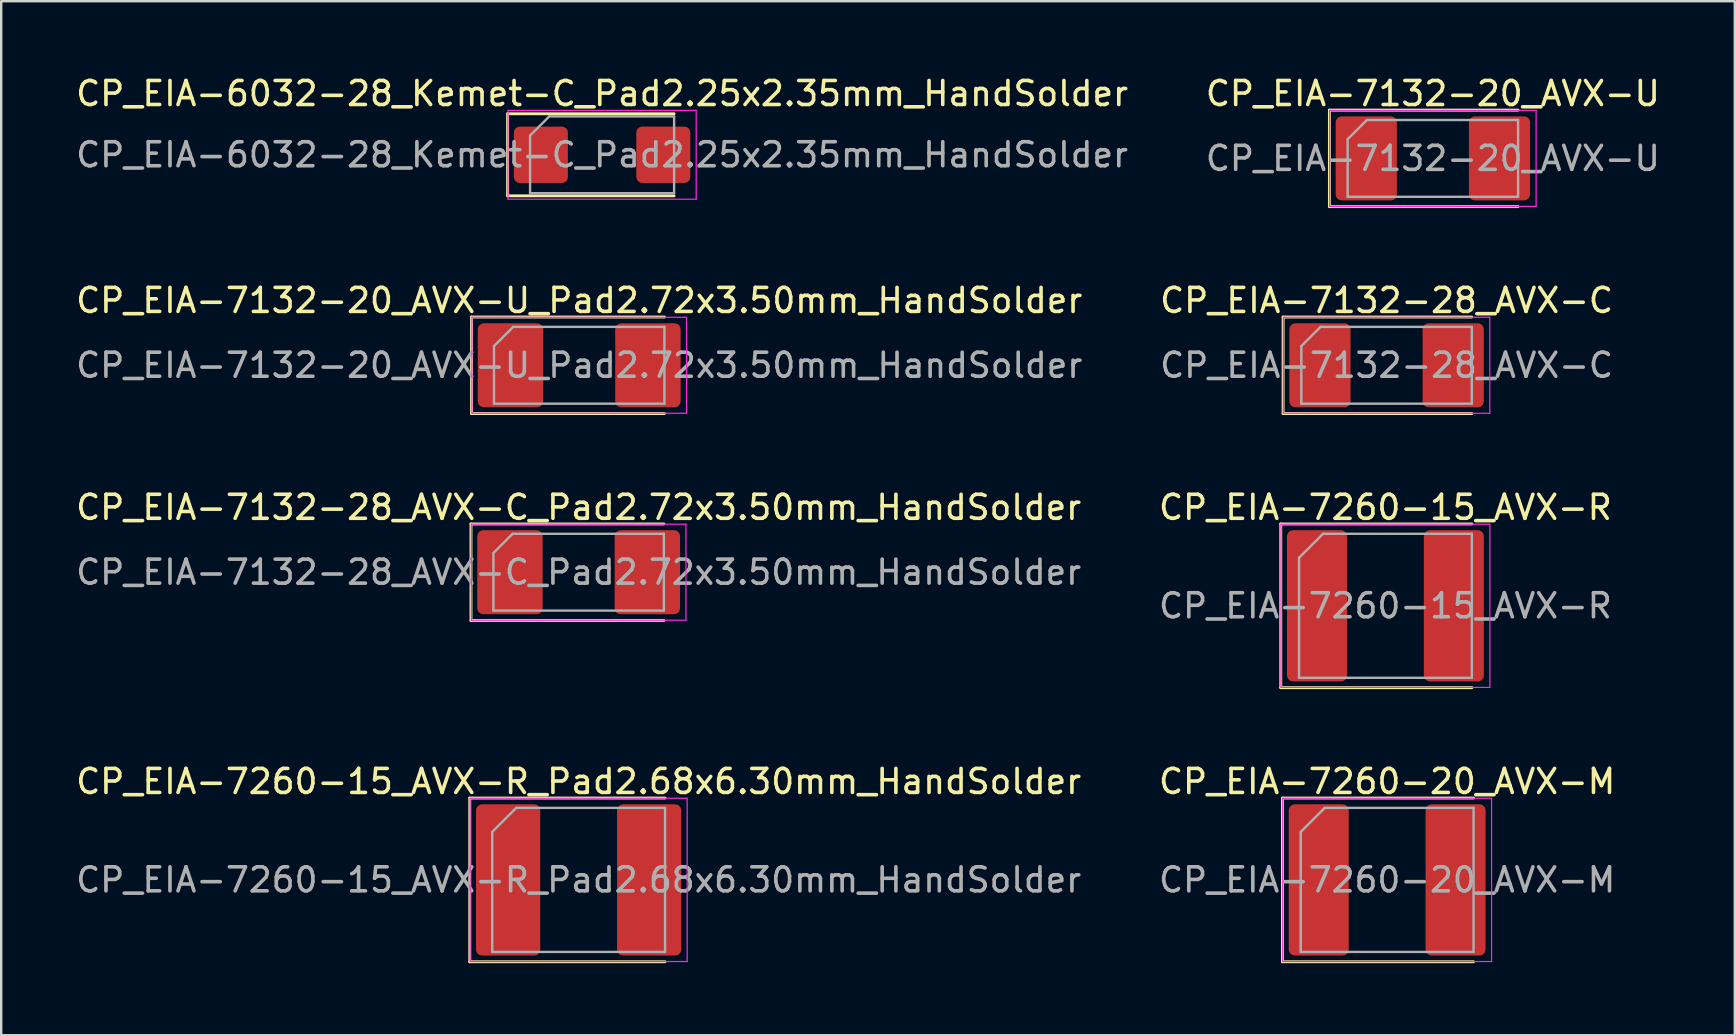
<source format=kicad_pcb>
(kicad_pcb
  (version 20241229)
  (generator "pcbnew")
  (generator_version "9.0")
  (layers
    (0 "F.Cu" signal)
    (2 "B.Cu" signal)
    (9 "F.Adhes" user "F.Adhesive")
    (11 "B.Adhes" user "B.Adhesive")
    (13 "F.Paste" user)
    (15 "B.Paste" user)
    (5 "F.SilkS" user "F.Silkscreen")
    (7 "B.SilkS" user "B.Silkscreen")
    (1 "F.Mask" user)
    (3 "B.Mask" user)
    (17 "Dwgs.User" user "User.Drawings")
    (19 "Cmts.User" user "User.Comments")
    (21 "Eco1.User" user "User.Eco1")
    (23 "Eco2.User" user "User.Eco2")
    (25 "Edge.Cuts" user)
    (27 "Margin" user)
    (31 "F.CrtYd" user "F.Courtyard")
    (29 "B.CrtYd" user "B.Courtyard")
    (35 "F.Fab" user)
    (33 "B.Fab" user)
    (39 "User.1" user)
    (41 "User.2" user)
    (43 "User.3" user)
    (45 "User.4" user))
  (footprint "CP_EIA-6032-28_Kemet-C_Pad2.25x2.35mm_HandSolder"
    (layer "F.Cu")
    (at 22.03 3.398)
    (property "Reference" "CP_EIA-6032-28_Kemet-C_Pad2.25x2.35mm_HandSolder" (at 0 -2.55 0) (layer "F.SilkS") (effects (font (size 1 1) (thickness 0.15))))
    (attr smd)
    (fp_line (start -3.935 -1.71) (end -3.935 1.71) (stroke (width 0.12) (type solid)) (layer "F.SilkS"))
    (fp_line (start -3.935 1.71) (end 3 1.71) (stroke (width 0.12) (type solid)) (layer "F.SilkS"))
    (fp_line (start 3 -1.71) (end -3.935 -1.71) (stroke (width 0.12) (type solid)) (layer "F.SilkS"))
    (fp_line (start -3.92 -1.85) (end 3.92 -1.85) (stroke (width 0.05) (type solid)) (layer "F.CrtYd"))
    (fp_line (start -3.92 1.85) (end -3.92 -1.85) (stroke (width 0.05) (type solid)) (layer "F.CrtYd"))
    (fp_line (start 3.92 -1.85) (end 3.92 1.85) (stroke (width 0.05) (type solid)) (layer "F.CrtYd"))
    (fp_line (start 3.92 1.85) (end -3.92 1.85) (stroke (width 0.05) (type solid)) (layer "F.CrtYd"))
    (fp_line (start -3 -0.8) (end -3 1.6) (stroke (width 0.1) (type solid)) (layer "F.Fab"))
    (fp_line (start -3 1.6) (end 3 1.6) (stroke (width 0.1) (type solid)) (layer "F.Fab"))
    (fp_line (start -2.2 -1.6) (end -3 -0.8) (stroke (width 0.1) (type solid)) (layer "F.Fab"))
    (fp_line (start 3 -1.6) (end -2.2 -1.6) (stroke (width 0.1) (type solid)) (layer "F.Fab"))
    (fp_line (start 3 1.6) (end 3 -1.6) (stroke (width 0.1) (type solid)) (layer "F.Fab"))
    (fp_text user "${REFERENCE}" (at 0 0 0) (layer "F.Fab") (effects (font (size 1 1) (thickness 0.15))))
    (pad "1" smd roundrect (at -2.55 0) (size 2.25 2.35) (layers "F.Cu" "F.Mask" "F.Paste") (roundrect_rratio 0.111))
    (pad "2" smd roundrect (at 2.55 0) (size 2.25 2.35) (layers "F.Cu" "F.Mask" "F.Paste") (roundrect_rratio 0.111)))
  (footprint "CP_EIA-7132-20_AVX-U"
    (layer "F.Cu")
    (at 56.637 3.548)
    (property "Reference" "CP_EIA-7132-20_AVX-U" (at 0 -2.7 0) (layer "F.SilkS") (effects (font (size 1 1) (thickness 0.15))))
    (attr smd)
    (fp_line (start -4.31 -2.01) (end -4.31 2.01) (stroke (width 0.12) (type solid)) (layer "F.SilkS"))
    (fp_line (start -4.31 2.01) (end 3.55 2.01) (stroke (width 0.12) (type solid)) (layer "F.SilkS"))
    (fp_line (start 3.55 -2.01) (end -4.31 -2.01) (stroke (width 0.12) (type solid)) (layer "F.SilkS"))
    (fp_line (start -4.3 -2) (end 4.3 -2) (stroke (width 0.05) (type solid)) (layer "F.CrtYd"))
    (fp_line (start -4.3 2) (end -4.3 -2) (stroke (width 0.05) (type solid)) (layer "F.CrtYd"))
    (fp_line (start 4.3 -2) (end 4.3 2) (stroke (width 0.05) (type solid)) (layer "F.CrtYd"))
    (fp_line (start 4.3 2) (end -4.3 2) (stroke (width 0.05) (type solid)) (layer "F.CrtYd"))
    (fp_line (start -3.55 -0.8) (end -3.55 1.6) (stroke (width 0.1) (type solid)) (layer "F.Fab"))
    (fp_line (start -3.55 1.6) (end 3.55 1.6) (stroke (width 0.1) (type solid)) (layer "F.Fab"))
    (fp_line (start -2.75 -1.6) (end -3.55 -0.8) (stroke (width 0.1) (type solid)) (layer "F.Fab"))
    (fp_line (start 3.55 -1.6) (end -2.75 -1.6) (stroke (width 0.1) (type solid)) (layer "F.Fab"))
    (fp_line (start 3.55 1.6) (end 3.55 -1.6) (stroke (width 0.1) (type solid)) (layer "F.Fab"))
    (fp_text user "${REFERENCE}" (at 0 0 0) (layer "F.Fab") (effects (font (size 1 1) (thickness 0.15))))
    (pad "1" smd roundrect (at -2.775 0) (size 2.55 3.5) (layers "F.Cu" "F.Mask" "F.Paste") (roundrect_rratio 0.098))
    (pad "2" smd roundrect (at 2.775 0) (size 2.55 3.5) (layers "F.Cu" "F.Mask" "F.Paste") (roundrect_rratio 0.098)))
  (footprint "CP_EIA-7132-20_AVX-U_Pad2.72x3.50mm_HandSolder"
    (layer "F.Cu")
    (at 21.077 12.166)
    (property "Reference" "CP_EIA-7132-20_AVX-U_Pad2.72x3.50mm_HandSolder" (at 0 -2.7 0) (layer "F.SilkS") (effects (font (size 1 1) (thickness 0.15))))
    (attr smd)
    (fp_line (start -4.485 -2.01) (end -4.485 2.01) (stroke (width 0.12) (type solid)) (layer "F.SilkS"))
    (fp_line (start -4.485 2.01) (end 3.55 2.01) (stroke (width 0.12) (type solid)) (layer "F.SilkS"))
    (fp_line (start 3.55 -2.01) (end -4.485 -2.01) (stroke (width 0.12) (type solid)) (layer "F.SilkS"))
    (fp_line (start -4.47 -2) (end 4.47 -2) (stroke (width 0.05) (type solid)) (layer "F.CrtYd"))
    (fp_line (start -4.47 2) (end -4.47 -2) (stroke (width 0.05) (type solid)) (layer "F.CrtYd"))
    (fp_line (start 4.47 -2) (end 4.47 2) (stroke (width 0.05) (type solid)) (layer "F.CrtYd"))
    (fp_line (start 4.47 2) (end -4.47 2) (stroke (width 0.05) (type solid)) (layer "F.CrtYd"))
    (fp_line (start -3.55 -0.8) (end -3.55 1.6) (stroke (width 0.1) (type solid)) (layer "F.Fab"))
    (fp_line (start -3.55 1.6) (end 3.55 1.6) (stroke (width 0.1) (type solid)) (layer "F.Fab"))
    (fp_line (start -2.75 -1.6) (end -3.55 -0.8) (stroke (width 0.1) (type solid)) (layer "F.Fab"))
    (fp_line (start 3.55 -1.6) (end -2.75 -1.6) (stroke (width 0.1) (type solid)) (layer "F.Fab"))
    (fp_line (start 3.55 1.6) (end 3.55 -1.6) (stroke (width 0.1) (type solid)) (layer "F.Fab"))
    (fp_text user "${REFERENCE}" (at 0 0 0) (layer "F.Fab") (effects (font (size 1 1) (thickness 0.15))))
    (pad "1" smd roundrect (at -2.862 0) (size 2.725 3.5) (layers "F.Cu" "F.Mask" "F.Paste") (roundrect_rratio 0.092))
    (pad "2" smd roundrect (at 2.862 0) (size 2.725 3.5) (layers "F.Cu" "F.Mask" "F.Paste") (roundrect_rratio 0.092)))
  (footprint "CP_EIA-7260-20_AVX-M"
    (layer "F.Cu")
    (at 54.732 33.603)
    (property "Reference" "CP_EIA-7260-20_AVX-M" (at 0 -4.1 0) (layer "F.SilkS") (effects (font (size 1 1) (thickness 0.15))))
    (attr smd)
    (fp_line (start -4.36 -3.41) (end -4.36 3.41) (stroke (width 0.12) (type solid)) (layer "F.SilkS"))
    (fp_line (start -4.36 3.41) (end 3.6 3.41) (stroke (width 0.12) (type solid)) (layer "F.SilkS"))
    (fp_line (start 3.6 -3.41) (end -4.36 -3.41) (stroke (width 0.12) (type solid)) (layer "F.SilkS"))
    (fp_line (start -4.35 -3.4) (end 4.35 -3.4) (stroke (width 0.05) (type solid)) (layer "F.CrtYd"))
    (fp_line (start -4.35 3.4) (end -4.35 -3.4) (stroke (width 0.05) (type solid)) (layer "F.CrtYd"))
    (fp_line (start 4.35 -3.4) (end 4.35 3.4) (stroke (width 0.05) (type solid)) (layer "F.CrtYd"))
    (fp_line (start 4.35 3.4) (end -4.35 3.4) (stroke (width 0.05) (type solid)) (layer "F.CrtYd"))
    (fp_line (start -3.6 -2) (end -3.6 3) (stroke (width 0.1) (type solid)) (layer "F.Fab"))
    (fp_line (start -3.6 3) (end 3.6 3) (stroke (width 0.1) (type solid)) (layer "F.Fab"))
    (fp_line (start -2.6 -3) (end -3.6 -2) (stroke (width 0.1) (type solid)) (layer "F.Fab"))
    (fp_line (start 3.6 -3) (end -2.6 -3) (stroke (width 0.1) (type solid)) (layer "F.Fab"))
    (fp_line (start 3.6 3) (end 3.6 -3) (stroke (width 0.1) (type solid)) (layer "F.Fab"))
    (fp_text user "${REFERENCE}" (at 0 0 0) (layer "F.Fab") (effects (font (size 1 1) (thickness 0.15))))
    (pad "1" smd roundrect (at -2.85 0) (size 2.5 6.3) (layers "F.Cu" "F.Mask" "F.Paste") (roundrect_rratio 0.1))
    (pad "2" smd roundrect (at 2.85 0) (size 2.5 6.3) (layers "F.Cu" "F.Mask" "F.Paste") (roundrect_rratio 0.1)))
  (footprint "CP_EIA-7260-15_AVX-R"
    (layer "F.Cu")
    (at 54.661 22.185)
    (property "Reference" "CP_EIA-7260-15_AVX-R" (at 0 -4.1 0) (layer "F.SilkS") (effects (font (size 1 1) (thickness 0.15))))
    (attr smd)
    (fp_line (start -4.36 -3.41) (end -4.36 3.41) (stroke (width 0.12) (type solid)) (layer "F.SilkS"))
    (fp_line (start -4.36 3.41) (end 3.6 3.41) (stroke (width 0.12) (type solid)) (layer "F.SilkS"))
    (fp_line (start 3.6 -3.41) (end -4.36 -3.41) (stroke (width 0.12) (type solid)) (layer "F.SilkS"))
    (fp_line (start -4.35 -3.4) (end 4.35 -3.4) (stroke (width 0.05) (type solid)) (layer "F.CrtYd"))
    (fp_line (start -4.35 3.4) (end -4.35 -3.4) (stroke (width 0.05) (type solid)) (layer "F.CrtYd"))
    (fp_line (start 4.35 -3.4) (end 4.35 3.4) (stroke (width 0.05) (type solid)) (layer "F.CrtYd"))
    (fp_line (start 4.35 3.4) (end -4.35 3.4) (stroke (width 0.05) (type solid)) (layer "F.CrtYd"))
    (fp_line (start -3.6 -2) (end -3.6 3) (stroke (width 0.1) (type solid)) (layer "F.Fab"))
    (fp_line (start -3.6 3) (end 3.6 3) (stroke (width 0.1) (type solid)) (layer "F.Fab"))
    (fp_line (start -2.6 -3) (end -3.6 -2) (stroke (width 0.1) (type solid)) (layer "F.Fab"))
    (fp_line (start 3.6 -3) (end -2.6 -3) (stroke (width 0.1) (type solid)) (layer "F.Fab"))
    (fp_line (start 3.6 3) (end 3.6 -3) (stroke (width 0.1) (type solid)) (layer "F.Fab"))
    (fp_text user "${REFERENCE}" (at 0 0 0) (layer "F.Fab") (effects (font (size 1 1) (thickness 0.15))))
    (pad "1" smd roundrect (at -2.85 0) (size 2.5 6.3) (layers "F.Cu" "F.Mask" "F.Paste") (roundrect_rratio 0.1))
    (pad "2" smd roundrect (at 2.85 0) (size 2.5 6.3) (layers "F.Cu" "F.Mask" "F.Paste") (roundrect_rratio 0.1)))
  (footprint "CP_EIA-7260-15_AVX-R_Pad2.68x6.30mm_HandSolder"
    (layer "F.Cu")
    (at 21.054 33.603)
    (property "Reference" "CP_EIA-7260-15_AVX-R_Pad2.68x6.30mm_HandSolder" (at 0 -4.1 0) (layer "F.SilkS") (effects (font (size 1 1) (thickness 0.15))))
    (attr smd)
    (fp_line (start -4.535 -3.41) (end -4.535 3.41) (stroke (width 0.12) (type solid)) (layer "F.SilkS"))
    (fp_line (start -4.535 3.41) (end 3.6 3.41) (stroke (width 0.12) (type solid)) (layer "F.SilkS"))
    (fp_line (start 3.6 -3.41) (end -4.535 -3.41) (stroke (width 0.12) (type solid)) (layer "F.SilkS"))
    (fp_line (start -4.52 -3.4) (end 4.52 -3.4) (stroke (width 0.05) (type solid)) (layer "F.CrtYd"))
    (fp_line (start -4.52 3.4) (end -4.52 -3.4) (stroke (width 0.05) (type solid)) (layer "F.CrtYd"))
    (fp_line (start 4.52 -3.4) (end 4.52 3.4) (stroke (width 0.05) (type solid)) (layer "F.CrtYd"))
    (fp_line (start 4.52 3.4) (end -4.52 3.4) (stroke (width 0.05) (type solid)) (layer "F.CrtYd"))
    (fp_line (start -3.6 -2) (end -3.6 3) (stroke (width 0.1) (type solid)) (layer "F.Fab"))
    (fp_line (start -3.6 3) (end 3.6 3) (stroke (width 0.1) (type solid)) (layer "F.Fab"))
    (fp_line (start -2.6 -3) (end -3.6 -2) (stroke (width 0.1) (type solid)) (layer "F.Fab"))
    (fp_line (start 3.6 -3) (end -2.6 -3) (stroke (width 0.1) (type solid)) (layer "F.Fab"))
    (fp_line (start 3.6 3) (end 3.6 -3) (stroke (width 0.1) (type solid)) (layer "F.Fab"))
    (fp_text user "${REFERENCE}" (at 0 0 0) (layer "F.Fab") (effects (font (size 1 1) (thickness 0.15))))
    (pad "1" smd roundrect (at -2.938 0) (size 2.675 6.3) (layers "F.Cu" "F.Mask" "F.Paste") (roundrect_rratio 0.093))
    (pad "2" smd roundrect (at 2.938 0) (size 2.675 6.3) (layers "F.Cu" "F.Mask" "F.Paste") (roundrect_rratio 0.093)))
  (footprint "CP_EIA-7132-28_AVX-C_Pad2.72x3.50mm_HandSolder"
    (layer "F.Cu")
    (at 21.054 20.785)
    (property "Reference" "CP_EIA-7132-28_AVX-C_Pad2.72x3.50mm_HandSolder" (at 0 -2.7 0) (layer "F.SilkS") (effects (font (size 1 1) (thickness 0.15))))
    (attr smd)
    (fp_line (start -4.485 -2.01) (end -4.485 2.01) (stroke (width 0.12) (type solid)) (layer "F.SilkS"))
    (fp_line (start -4.485 2.01) (end 3.55 2.01) (stroke (width 0.12) (type solid)) (layer "F.SilkS"))
    (fp_line (start 3.55 -2.01) (end -4.485 -2.01) (stroke (width 0.12) (type solid)) (layer "F.SilkS"))
    (fp_line (start -4.47 -2) (end 4.47 -2) (stroke (width 0.05) (type solid)) (layer "F.CrtYd"))
    (fp_line (start -4.47 2) (end -4.47 -2) (stroke (width 0.05) (type solid)) (layer "F.CrtYd"))
    (fp_line (start 4.47 -2) (end 4.47 2) (stroke (width 0.05) (type solid)) (layer "F.CrtYd"))
    (fp_line (start 4.47 2) (end -4.47 2) (stroke (width 0.05) (type solid)) (layer "F.CrtYd"))
    (fp_line (start -3.55 -0.8) (end -3.55 1.6) (stroke (width 0.1) (type solid)) (layer "F.Fab"))
    (fp_line (start -3.55 1.6) (end 3.55 1.6) (stroke (width 0.1) (type solid)) (layer "F.Fab"))
    (fp_line (start -2.75 -1.6) (end -3.55 -0.8) (stroke (width 0.1) (type solid)) (layer "F.Fab"))
    (fp_line (start 3.55 -1.6) (end -2.75 -1.6) (stroke (width 0.1) (type solid)) (layer "F.Fab"))
    (fp_line (start 3.55 1.6) (end 3.55 -1.6) (stroke (width 0.1) (type solid)) (layer "F.Fab"))
    (fp_text user "${REFERENCE}" (at 0 0 0) (layer "F.Fab") (effects (font (size 1 1) (thickness 0.15))))
    (pad "1" smd roundrect (at -2.862 0) (size 2.725 3.5) (layers "F.Cu" "F.Mask" "F.Paste") (roundrect_rratio 0.092))
    (pad "2" smd roundrect (at 2.862 0) (size 2.725 3.5) (layers "F.Cu" "F.Mask" "F.Paste") (roundrect_rratio 0.092)))
  (footprint "CP_EIA-7132-28_AVX-C"
    (layer "F.Cu")
    (at 54.708 12.166)
    (property "Reference" "CP_EIA-7132-28_AVX-C" (at 0 -2.7 0) (layer "F.SilkS") (effects (font (size 1 1) (thickness 0.15))))
    (attr smd)
    (fp_line (start -4.31 -2.01) (end -4.31 2.01) (stroke (width 0.12) (type solid)) (layer "F.SilkS"))
    (fp_line (start -4.31 2.01) (end 3.55 2.01) (stroke (width 0.12) (type solid)) (layer "F.SilkS"))
    (fp_line (start 3.55 -2.01) (end -4.31 -2.01) (stroke (width 0.12) (type solid)) (layer "F.SilkS"))
    (fp_line (start -4.3 -2) (end 4.3 -2) (stroke (width 0.05) (type solid)) (layer "F.CrtYd"))
    (fp_line (start -4.3 2) (end -4.3 -2) (stroke (width 0.05) (type solid)) (layer "F.CrtYd"))
    (fp_line (start 4.3 -2) (end 4.3 2) (stroke (width 0.05) (type solid)) (layer "F.CrtYd"))
    (fp_line (start 4.3 2) (end -4.3 2) (stroke (width 0.05) (type solid)) (layer "F.CrtYd"))
    (fp_line (start -3.55 -0.8) (end -3.55 1.6) (stroke (width 0.1) (type solid)) (layer "F.Fab"))
    (fp_line (start -3.55 1.6) (end 3.55 1.6) (stroke (width 0.1) (type solid)) (layer "F.Fab"))
    (fp_line (start -2.75 -1.6) (end -3.55 -0.8) (stroke (width 0.1) (type solid)) (layer "F.Fab"))
    (fp_line (start 3.55 -1.6) (end -2.75 -1.6) (stroke (width 0.1) (type solid)) (layer "F.Fab"))
    (fp_line (start 3.55 1.6) (end 3.55 -1.6) (stroke (width 0.1) (type solid)) (layer "F.Fab"))
    (fp_text user "${REFERENCE}" (at 0 0 0) (layer "F.Fab") (effects (font (size 1 1) (thickness 0.15))))
    (pad "1" smd roundrect (at -2.775 0) (size 2.55 3.5) (layers "F.Cu" "F.Mask" "F.Paste") (roundrect_rratio 0.098))
    (pad "2" smd roundrect (at 2.775 0) (size 2.55 3.5) (layers "F.Cu" "F.Mask" "F.Paste") (roundrect_rratio 0.098)))
  (gr_rect
    (start -3 -3)
    (end 69.214 40.073)
    (stroke (width 0.1) (type default))
    (fill no)
    (layer "Edge.Cuts")))
</source>
